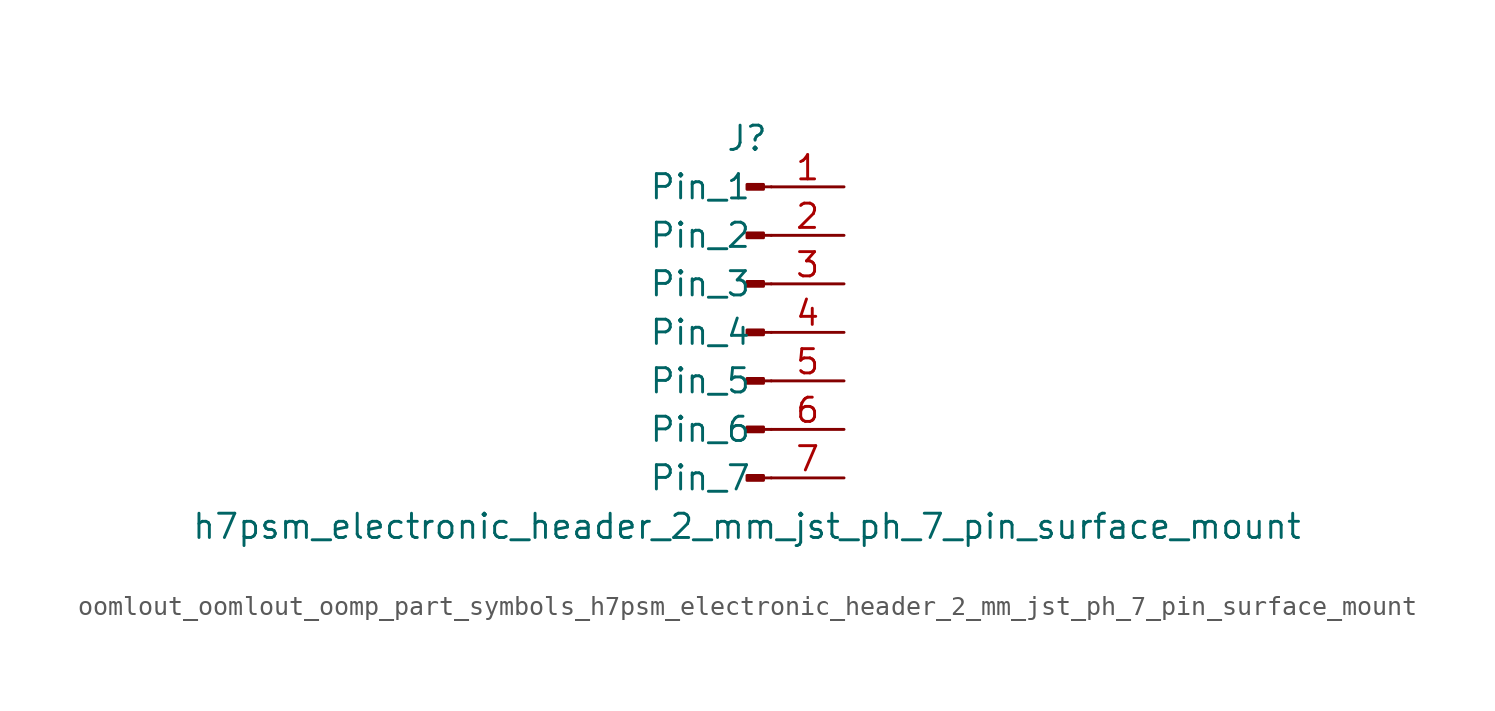
<source format=kicad_sym>
(kicad_symbol_lib
  (version 20220914)
  (generator kicad_symbol_editor)
  (symbol "oomlout_oomlout_oomp_part_symbols_h7psm_electronic_header_2_mm_jst_ph_7_pin_surface_mount"
    (pin_names
      (offset 1.016))
    (property "Reference" "J"
      (at 0 10.16 0)
      (effects (font (size 1.27 1.27))))
    (property "Value" "h7psm_electronic_header_2_mm_jst_ph_7_pin_surface_mount"
      (at 0 -10.16 0)
      (effects (font (size 1.27 1.27))))
    (property "ki_locked" ""
      (at 0 0 0)
      (effects (font (size 1.27 1.27))))
    (symbol "oomlout_oomlout_oomp_part_symbols_h7psm_electronic_header_2_mm_jst_ph_7_pin_surface_mount_1_1"
      (polyline (pts (xy 1.27 -7.62) (xy 0.864 -7.62)) (stroke (width 0.152) (type default)) (fill (type none)))
      (polyline (pts (xy 1.27 -5.08) (xy 0.864 -5.08)) (stroke (width 0.152) (type default)) (fill (type none)))
      (polyline (pts (xy 1.27 -2.54) (xy 0.864 -2.54)) (stroke (width 0.152) (type default)) (fill (type none)))
      (polyline (pts (xy 1.27 0) (xy 0.864 0)) (stroke (width 0.152) (type default)) (fill (type none)))
      (polyline (pts (xy 1.27 2.54) (xy 0.864 2.54)) (stroke (width 0.152) (type default)) (fill (type none)))
      (polyline (pts (xy 1.27 5.08) (xy 0.864 5.08)) (stroke (width 0.152) (type default)) (fill (type none)))
      (polyline (pts (xy 1.27 7.62) (xy 0.864 7.62)) (stroke (width 0.152) (type default)) (fill (type none)))
      (rectangle (start 0.864 -7.493) (end 0 -7.747) (stroke (width 0.152) (type default)) (fill (type outline)))
      (rectangle (start 0.864 -4.953) (end 0 -5.207) (stroke (width 0.152) (type default)) (fill (type outline)))
      (rectangle (start 0.864 -2.413) (end 0 -2.667) (stroke (width 0.152) (type default)) (fill (type outline)))
      (rectangle (start 0.864 0.127) (end 0 -0.127) (stroke (width 0.152) (type default)) (fill (type outline)))
      (rectangle (start 0.864 2.667) (end 0 2.413) (stroke (width 0.152) (type default)) (fill (type outline)))
      (rectangle (start 0.864 5.207) (end 0 4.953) (stroke (width 0.152) (type default)) (fill (type outline)))
      (rectangle (start 0.864 7.747) (end 0 7.493) (stroke (width 0.152) (type default)) (fill (type outline)))
      (pin passive line (at 5.08 7.62 180) (length 3.81) (name "Pin_1" (effects (font (size 1.27 1.27)))) (number "1" (effects (font (size 1.27 1.27)))))
      (pin passive line (at 5.08 5.08 180) (length 3.81) (name "Pin_2" (effects (font (size 1.27 1.27)))) (number "2" (effects (font (size 1.27 1.27)))))
      (pin passive line (at 5.08 2.54 180) (length 3.81) (name "Pin_3" (effects (font (size 1.27 1.27)))) (number "3" (effects (font (size 1.27 1.27)))))
      (pin passive line (at 5.08 0 180) (length 3.81) (name "Pin_4" (effects (font (size 1.27 1.27)))) (number "4" (effects (font (size 1.27 1.27)))))
      (pin passive line (at 5.08 -2.54 180) (length 3.81) (name "Pin_5" (effects (font (size 1.27 1.27)))) (number "5" (effects (font (size 1.27 1.27)))))
      (pin passive line (at 5.08 -5.08 180) (length 3.81) (name "Pin_6" (effects (font (size 1.27 1.27)))) (number "6" (effects (font (size 1.27 1.27)))))
      (pin passive line (at 5.08 -7.62 180) (length 3.81) (name "Pin_7" (effects (font (size 1.27 1.27)))) (number "7" (effects (font (size 1.27 1.27))))))))
</source>
